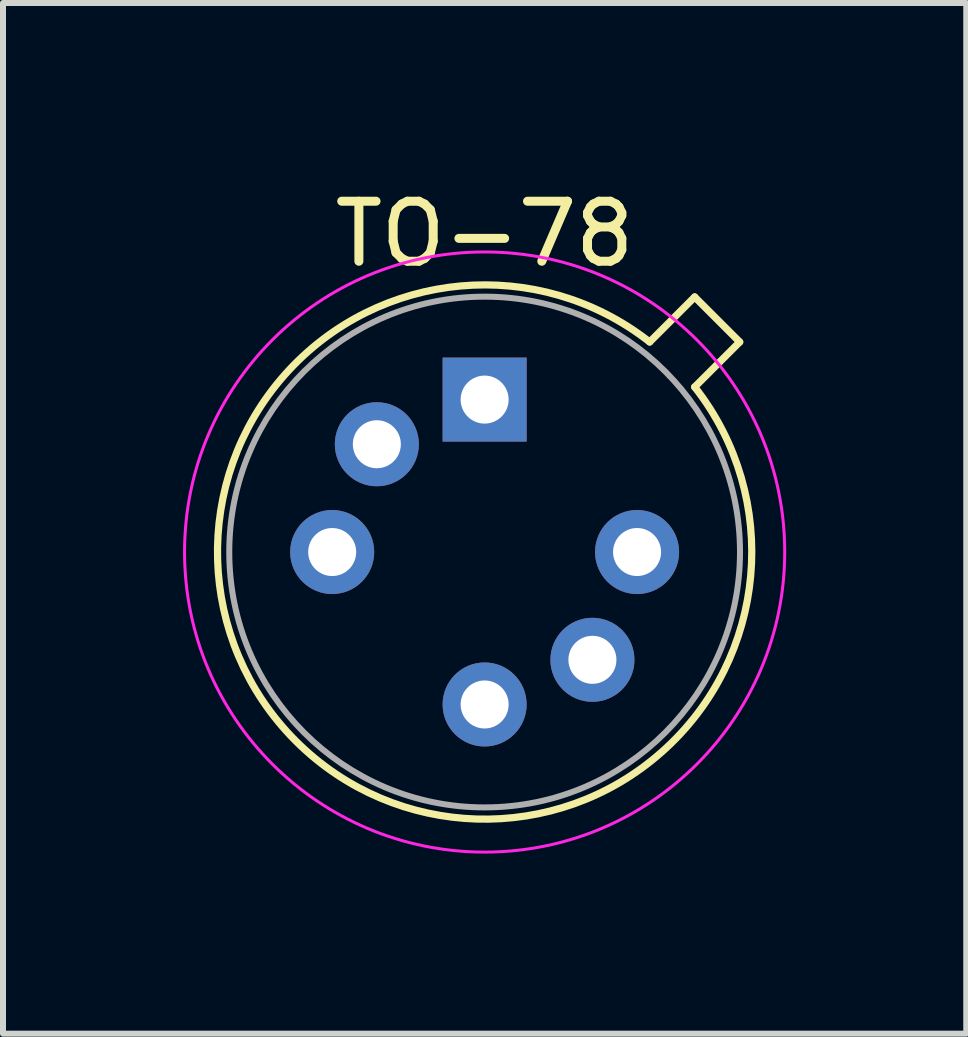
<source format=kicad_pcb>
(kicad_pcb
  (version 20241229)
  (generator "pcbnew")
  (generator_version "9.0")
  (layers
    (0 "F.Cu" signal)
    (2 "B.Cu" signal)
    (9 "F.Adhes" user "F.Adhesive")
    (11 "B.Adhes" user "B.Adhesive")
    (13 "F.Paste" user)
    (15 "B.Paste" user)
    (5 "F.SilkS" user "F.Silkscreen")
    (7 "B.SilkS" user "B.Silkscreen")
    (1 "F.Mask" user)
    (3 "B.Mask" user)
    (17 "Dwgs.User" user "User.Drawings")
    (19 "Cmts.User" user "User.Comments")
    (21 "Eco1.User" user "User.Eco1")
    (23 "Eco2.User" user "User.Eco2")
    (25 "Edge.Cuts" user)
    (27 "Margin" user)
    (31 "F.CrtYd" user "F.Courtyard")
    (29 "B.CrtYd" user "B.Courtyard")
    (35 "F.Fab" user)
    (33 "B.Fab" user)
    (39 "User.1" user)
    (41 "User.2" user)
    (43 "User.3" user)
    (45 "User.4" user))
  (footprint "TO-78"
    (layer "F.Cu")
    (at 5.025 6.148)
    (property "Reference" "TO-78" (at 0 -5.3 0) (layer "F.SilkS") (effects (font (size 1 1) (thickness 0.15))))
    (fp_line (start 3.5 -4.25) (end 2.75 -3.5) (stroke (width 0.12) (type solid)) (layer "F.SilkS"))
    (fp_line (start 3.5 -4.25) (end 4.25 -3.5) (stroke (width 0.12) (type solid)) (layer "F.SilkS"))
    (fp_line (start 4.25 -3.5) (end 3.5 -2.75) (stroke (width 0.12) (type solid)) (layer "F.SilkS"))
    (fp_arc (start 3.5 -2.75) (mid -3.14742 3.14742) (end 2.75 -3.5) (stroke (width 0.12) (type solid)) (layer "F.SilkS"))
    (fp_circle (center 0 0) (end 5 0) (stroke (width 0.05) (type solid)) (fill no) (layer "F.CrtYd"))
    (fp_circle (center 0 0) (end 0 4.255) (stroke (width 0.1) (type solid)) (fill no) (layer "F.Fab"))
    (pad "1" thru_hole rect (at 0 -2.54) (size 1.4 1.4) (drill 0.8) (layers "*.Cu" "*.Mask"))
    (pad "2" thru_hole oval (at -1.796 -1.796) (size 1.4 1.4) (drill 0.8) (layers "*.Cu" "*.Mask"))
    (pad "3" thru_hole oval (at -2.54 0) (size 1.4 1.4) (drill 0.8) (layers "*.Cu" "*.Mask"))
    (pad "5" thru_hole oval (at 0 2.54) (size 1.4 1.4) (drill 0.8) (layers "*.Cu" "*.Mask"))
    (pad "6" thru_hole oval (at 1.796 1.796) (size 1.4 1.4) (drill 0.8) (layers "*.Cu" "*.Mask"))
    (pad "7" thru_hole oval (at 2.54 0) (size 1.4 1.4) (drill 0.8) (layers "*.Cu" "*.Mask")))
  (gr_rect
    (start -3 -3)
    (end 13.05 14.173)
    (stroke (width 0.1) (type default))
    (fill no)
    (layer "Edge.Cuts")))
</source>
